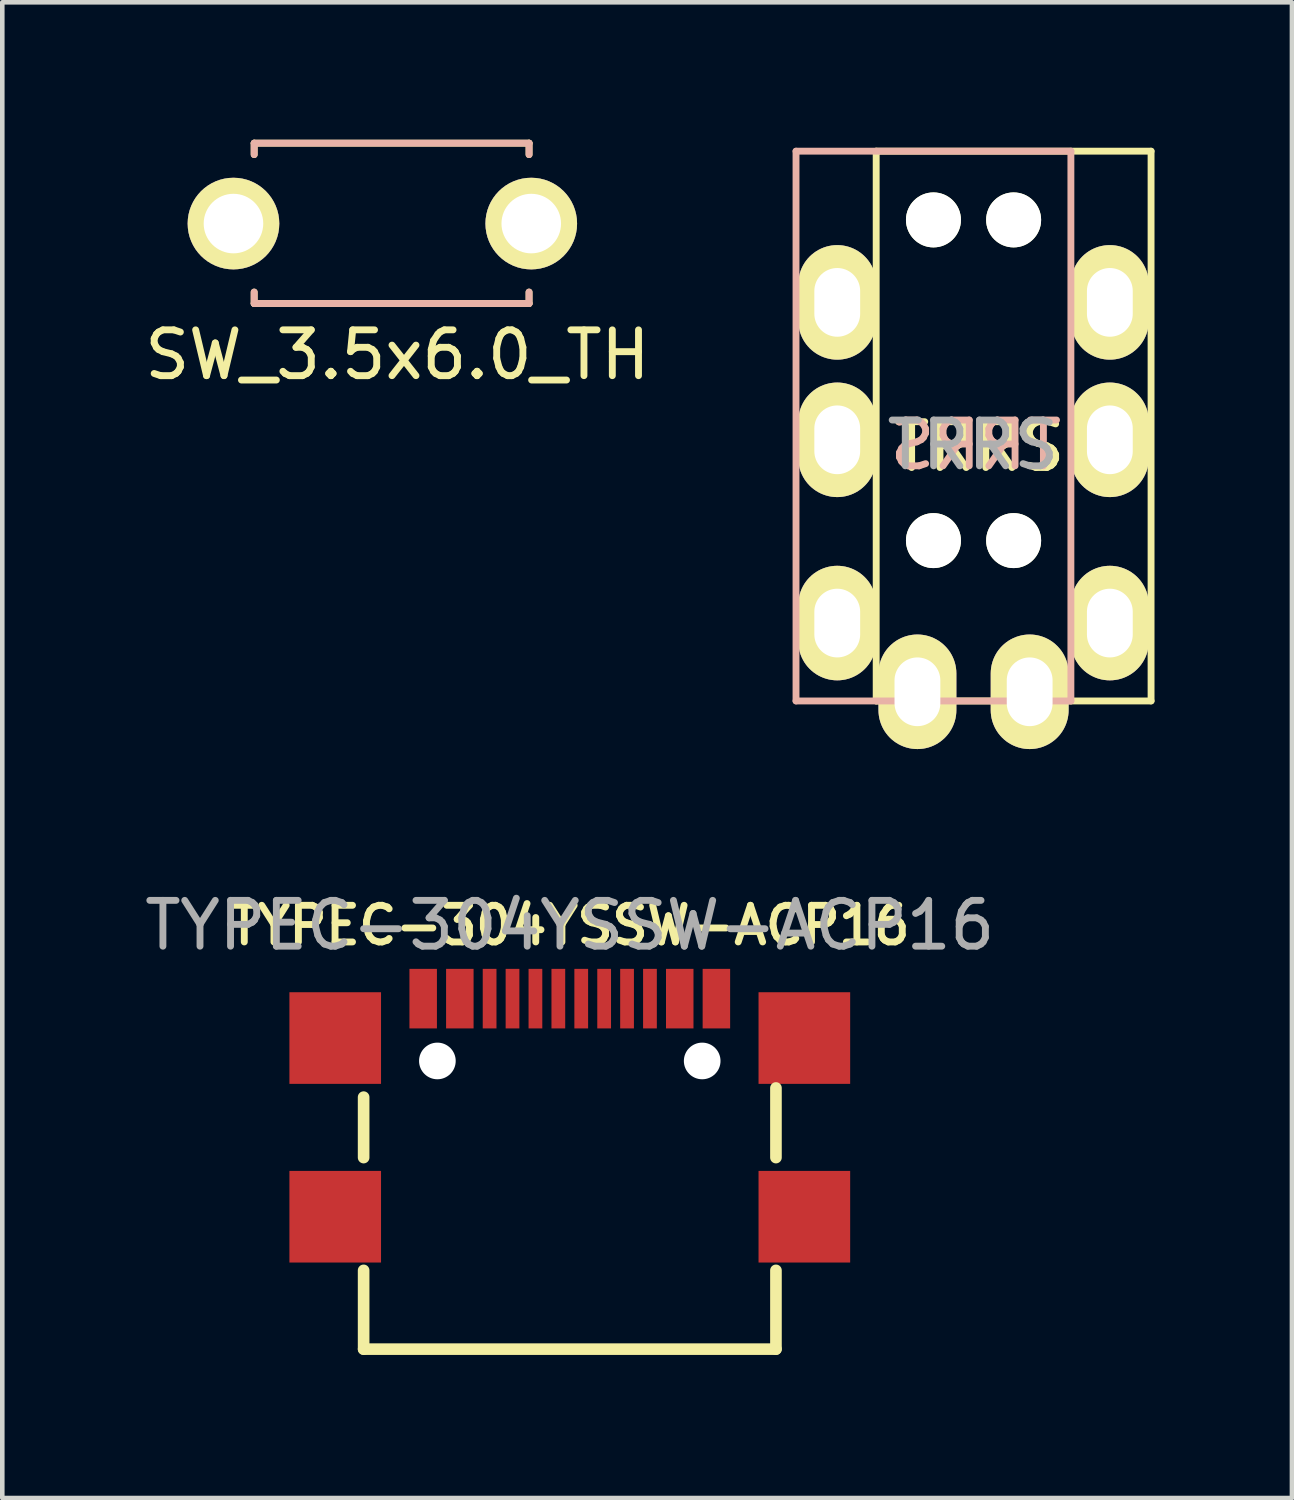
<source format=kicad_pcb>
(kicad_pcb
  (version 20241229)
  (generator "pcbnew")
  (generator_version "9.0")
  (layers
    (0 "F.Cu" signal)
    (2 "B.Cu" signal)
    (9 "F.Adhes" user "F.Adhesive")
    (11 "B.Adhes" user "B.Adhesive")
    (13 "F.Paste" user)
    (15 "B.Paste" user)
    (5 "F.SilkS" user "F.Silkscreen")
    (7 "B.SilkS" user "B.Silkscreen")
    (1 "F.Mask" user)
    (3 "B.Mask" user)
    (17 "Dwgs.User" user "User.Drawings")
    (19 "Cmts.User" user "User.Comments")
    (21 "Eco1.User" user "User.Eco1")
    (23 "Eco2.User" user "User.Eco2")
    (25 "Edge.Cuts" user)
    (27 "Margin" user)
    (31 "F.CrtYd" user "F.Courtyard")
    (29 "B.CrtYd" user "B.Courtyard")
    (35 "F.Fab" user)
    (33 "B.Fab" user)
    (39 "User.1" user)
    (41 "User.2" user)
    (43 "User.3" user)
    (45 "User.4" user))
  (footprint "SW_3.5x6.0_TH"
    (layer "F.Cu")
    (at 5.523 1.876)
    (property "Reference" "SW_3.5x6.0_TH" (at 0.102 2.819 0) (layer "F.SilkS") (effects (font (size 1 1) (thickness 0.15))))
    (attr through_hole)
    (fp_line (start -3.025 -1.801) (end -3.025 -1.551) (stroke (width 0.15) (type solid)) (layer "F.SilkS"))
    (fp_line (start -3.025 -1.801) (end 2.975 -1.801) (stroke (width 0.15) (type solid)) (layer "F.SilkS"))
    (fp_line (start -3.025 1.699) (end -3.025 1.449) (stroke (width 0.15) (type solid)) (layer "F.SilkS"))
    (fp_line (start -3.025 1.699) (end 2.975 1.699) (stroke (width 0.15) (type solid)) (layer "F.SilkS"))
    (fp_line (start 2.975 -1.801) (end 2.975 -1.551) (stroke (width 0.15) (type solid)) (layer "F.SilkS"))
    (fp_line (start 2.975 1.699) (end 2.975 1.449) (stroke (width 0.15) (type solid)) (layer "F.SilkS"))
    (fp_line (start -3.025 -1.801) (end 2.975 -1.801) (stroke (width 0.15) (type solid)) (layer "B.SilkS"))
    (fp_line (start -3.025 -1.551) (end -3.025 -1.801) (stroke (width 0.15) (type solid)) (layer "B.SilkS"))
    (fp_line (start -3.025 1.699) (end -3.025 1.449) (stroke (width 0.15) (type solid)) (layer "B.SilkS"))
    (fp_line (start 2.975 -1.801) (end 2.975 -1.551) (stroke (width 0.15) (type solid)) (layer "B.SilkS"))
    (fp_line (start 2.975 1.449) (end 2.975 1.699) (stroke (width 0.15) (type solid)) (layer "B.SilkS"))
    (fp_line (start 2.975 1.699) (end -3.025 1.699) (stroke (width 0.15) (type solid)) (layer "B.SilkS"))
    (pad "1" thru_hole circle (at -3.477 -0.046 180) (size 2 2) (drill 1.3) (layers "*.Cu" "*.Mask" "F.SilkS"))
    (pad "2" thru_hole circle (at 3.023 -0.046 180) (size 2 2) (drill 1.3) (layers "*.Cu" "*.Mask" "F.SilkS")))
  (footprint "TRRS"
    (layer "F.Cu")
    (at 19.075 0.25)
    (property "Reference" "TRRS" (at -0.889 6.413 0) (layer "F.Fab") (effects (font (size 1 1) (thickness 0.15))))
    (attr through_hole)
    (fp_line (start -3 0) (end 3 0) (stroke (width 0.15) (type solid)) (layer "F.SilkS"))
    (fp_line (start -3 12) (end -3 0) (stroke (width 0.15) (type solid)) (layer "F.SilkS"))
    (fp_line (start 3 0) (end 3 12) (stroke (width 0.15) (type solid)) (layer "F.SilkS"))
    (fp_line (start 3 12) (end -3 12) (stroke (width 0.15) (type solid)) (layer "F.SilkS"))
    (fp_line (start -4.75 0) (end 1.25 0) (stroke (width 0.15) (type solid)) (layer "B.SilkS"))
    (fp_line (start -4.75 12) (end -4.75 0) (stroke (width 0.15) (type solid)) (layer "B.SilkS"))
    (fp_line (start 1.25 0) (end 1.25 12) (stroke (width 0.15) (type solid)) (layer "B.SilkS"))
    (fp_line (start 1.25 12) (end -4.75 12) (stroke (width 0.15) (type solid)) (layer "B.SilkS"))
    (fp_text user "TRRS" (at -0.75 6.45 0) (layer "F.SilkS") (effects (font (size 1 1) (thickness 0.15))))
    (fp_text user "TRRS" (at -0.826 6.413 0) (layer "B.SilkS") (effects (font (size 1 1) (thickness 0.15)) (justify mirror)))
    (pad "" np_thru_hole circle (at -1.75 1.5) (size 1.2 1.2) (drill 1.2) (layers "*.Cu" "*.Mask" "F.SilkS"))
    (pad "" np_thru_hole circle (at -1.75 8.5) (size 1.2 1.2) (drill 1.2) (layers "*.Cu" "*.Mask" "F.SilkS"))
    (pad "" np_thru_hole circle (at 0 1.5) (size 1.2 1.2) (drill 1.2) (layers "*.Cu" "*.Mask" "F.SilkS"))
    (pad "" np_thru_hole circle (at 0 8.5) (size 1.2 1.2) (drill 1.2) (layers "*.Cu" "*.Mask" "F.SilkS"))
    (pad "A" thru_hole oval (at -2.1 11.8) (size 1.7 2.5) (drill oval 1 1.5) (layers "*.Cu" "*.Mask" "F.SilkS"))
    (pad "A" thru_hole oval (at 0.35 11.8) (size 1.7 2.5) (drill oval 1 1.5) (layers "*.Cu" "*.Mask" "F.SilkS"))
    (pad "B" thru_hole oval (at -3.85 3.3) (size 1.7 2.5) (drill oval 1 1.5) (layers "*.Cu" "*.Mask" "F.SilkS"))
    (pad "B" thru_hole oval (at 2.1 3.3) (size 1.7 2.5) (drill oval 1 1.5) (layers "*.Cu" "*.Mask" "F.SilkS"))
    (pad "C" thru_hole oval (at -3.85 6.3) (size 1.7 2.5) (drill oval 1 1.5) (layers "*.Cu" "*.Mask" "F.SilkS"))
    (pad "C" thru_hole oval (at 2.1 6.3) (size 1.7 2.5) (drill oval 1 1.5) (layers "*.Cu" "*.Mask" "F.SilkS"))
    (pad "D" thru_hole oval (at -3.85 10.3) (size 1.7 2.5) (drill oval 1 1.5) (layers "*.Cu" "*.Mask" "F.SilkS"))
    (pad "D" thru_hole oval (at 2.1 10.3) (size 1.7 2.5) (drill oval 1 1.5) (layers "*.Cu" "*.Mask" "F.SilkS")))
  (footprint "TYPEC-304YSSW-ACP16"
    (layer "F.Cu")
    (at 9.387 26.398)
    (property "Reference" "TYPEC-304YSSW-ACP16" (at 0 -9.25 0) (layer "F.SilkS") (effects (font (size 0.8 0.8) (thickness 0.15))))
    (attr smd)
    (fp_line (start -4.5 -4.181) (end -4.5 -5.5) (stroke (width 0.254) (type solid)) (layer "F.SilkS"))
    (fp_line (start -4.5 0) (end -4.5 -1.719) (stroke (width 0.254) (type solid)) (layer "F.SilkS"))
    (fp_line (start -4.5 0) (end 4.5 0) (stroke (width 0.254) (type solid)) (layer "F.SilkS"))
    (fp_line (start 4.5 -4.181) (end 4.5 -5.7) (stroke (width 0.254) (type solid)) (layer "F.SilkS"))
    (fp_line (start 4.5 0) (end 4.5 -1.719) (stroke (width 0.254) (type solid)) (layer "F.SilkS"))
    (fp_circle (center -2.89 -6.29) (end -2.765 -6.29) (stroke (width 0.25) (type solid)) (fill no) (layer "Cmts.User"))
    (fp_circle (center 2.89 -6.29) (end 3.015 -6.29) (stroke (width 0.25) (type solid)) (fill no) (layer "Cmts.User"))
    (fp_text user "${REFERENCE}" (at 0 -9.25 0) (layer "F.Fab") (effects (font (size 1 1) (thickness 0.15))))
    (pad "" np_thru_hole circle (at -2.89 -6.29) (size 0.8 0.8) (drill 0.8) (layers "*.Cu" "*.Mask"))
    (pad "" np_thru_hole circle (at 2.89 -6.29) (size 0.8 0.8) (drill 0.8) (layers "*.Cu" "*.Mask"))
    (pad "1" smd rect (at -3.2 -7.65) (size 0.6 1.3) (layers "F.Cu" "F.Mask" "F.Paste"))
    (pad "2" smd rect (at -2.4 -7.65) (size 0.6 1.3) (layers "F.Cu" "F.Mask" "F.Paste"))
    (pad "3" smd rect (at -1.75 -7.65) (size 0.3 1.3) (layers "F.Cu" "F.Mask" "F.Paste"))
    (pad "4" smd rect (at -1.25 -7.65) (size 0.3 1.3) (layers "F.Cu" "F.Mask" "F.Paste"))
    (pad "5" smd rect (at -0.75 -7.65) (size 0.3 1.3) (layers "F.Cu" "F.Mask" "F.Paste"))
    (pad "6" smd rect (at -0.25 -7.65) (size 0.3 1.3) (layers "F.Cu" "F.Mask" "F.Paste"))
    (pad "7" smd rect (at 0.25 -7.65) (size 0.3 1.3) (layers "F.Cu" "F.Mask" "F.Paste"))
    (pad "8" smd rect (at 0.75 -7.65) (size 0.3 1.3) (layers "F.Cu" "F.Mask" "F.Paste"))
    (pad "9" smd rect (at 1.25 -7.65) (size 0.3 1.3) (layers "F.Cu" "F.Mask" "F.Paste"))
    (pad "10" smd rect (at 1.75 -7.65) (size 0.3 1.3) (layers "F.Cu" "F.Mask" "F.Paste"))
    (pad "11" smd rect (at 2.4 -7.65) (size 0.6 1.3) (layers "F.Cu" "F.Mask" "F.Paste"))
    (pad "12" smd rect (at 3.2 -7.65) (size 0.6 1.3) (layers "F.Cu" "F.Mask" "F.Paste"))
    (pad "13" smd rect (at -5.12 -6.79) (size 2 2) (layers "F.Cu" "F.Mask" "F.Paste"))
    (pad "13" smd rect (at -5.12 -2.89) (size 2 2) (layers "F.Cu" "F.Mask" "F.Paste"))
    (pad "13" smd rect (at 5.12 -6.79) (size 2 2) (layers "F.Cu" "F.Mask" "F.Paste"))
    (pad "13" smd rect (at 5.12 -2.89) (size 2 2) (layers "F.Cu" "F.Mask" "F.Paste")))
  (gr_rect
    (start -3 -3)
    (end 25.15 29.648)
    (stroke (width 0.1) (type default))
    (fill no)
    (layer "Edge.Cuts")))
</source>
